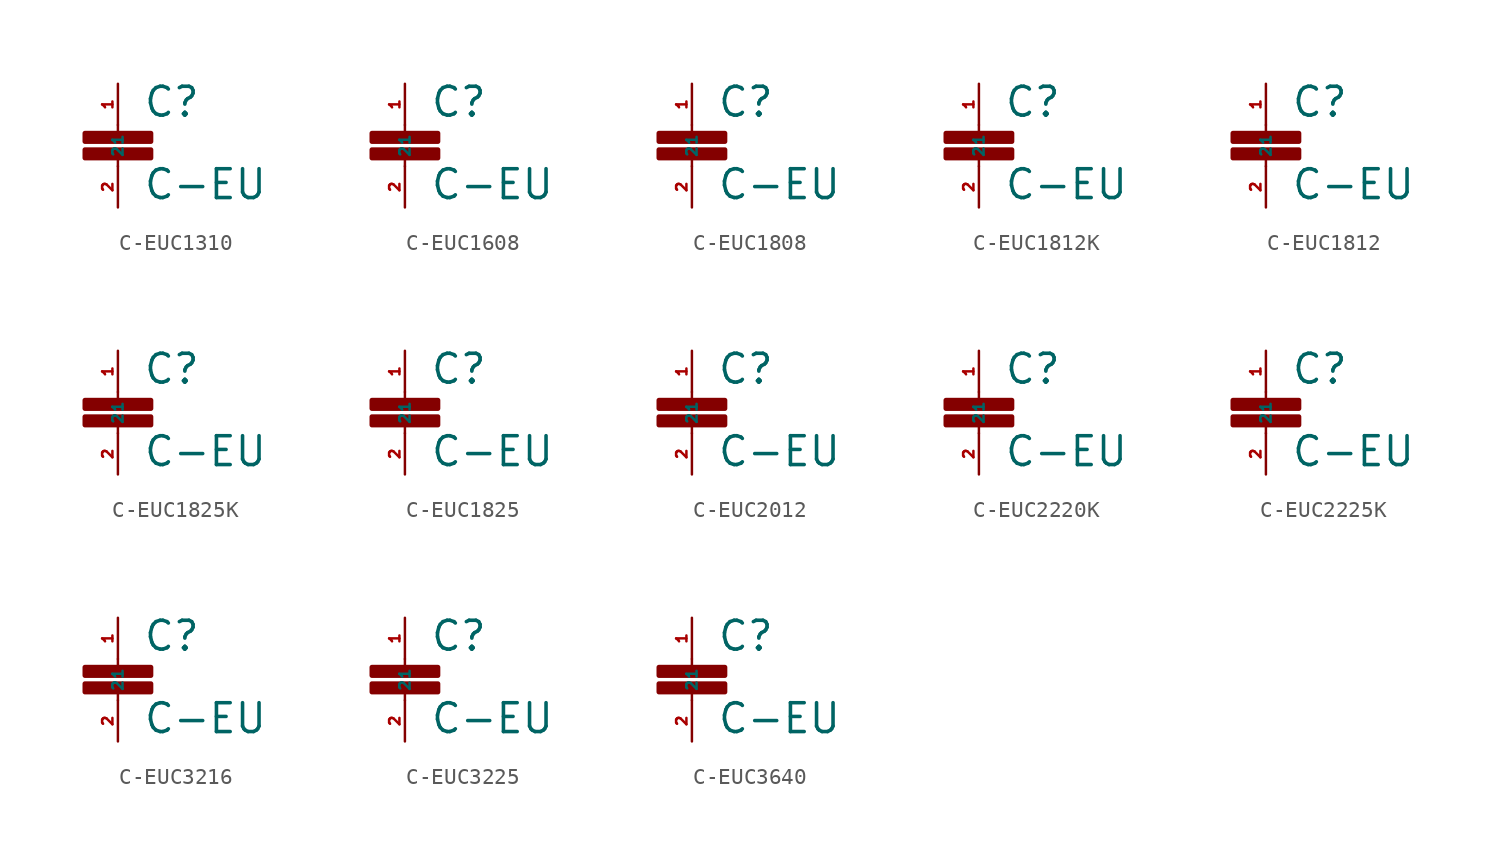
<source format=kicad_sym>
(kicad_symbol_lib
  (version 20220914)
  (generator Eagle2Kicad)
  (symbol "C-EUC1310"
    (property "Reference" "C"
      (at 1.524 0.381 0)
      (effects (font (size 1.778 1.778) (thickness 0.22)) (justify left bottom)))
    (property "Value" "C-EU"
      (at 1.524 -4.699 0)
      (effects (font (size 1.778 1.778) (thickness 0.22)) (justify left bottom)))
    (polyline
      (pts (xy 0 0) (xy 0 -0.508))
      (stroke (width 0.152) (type default))
      (fill (type none)))
    (polyline
      (pts (xy 0 -2.54) (xy 0 -2.032))
      (stroke (width 0.152) (type default))
      (fill (type none)))
    (rectangle
      (start -2.032 -2.032)
      (end 2.032 -1.524)
      (stroke (width 0.3) (type default))
      (fill (type outline)))
    (rectangle
      (start -2.032 -1.016)
      (end 2.032 -0.508)
      (stroke (width 0.3) (type default))
      (fill (type outline)))
    (pin passive line
      (at 0 2.54 270)
      (length 2.54)
      (name "1" (effects (font (size 0.635 0.635) (thickness 0.08)) (justify left bottom)))
      (number "1" (effects (font (size 0.635 0.635) (thickness 0.08)) (justify left bottom))))
    (pin passive line
      (at 0 -5.08 90)
      (length 2.54)
      (name "2" (effects (font (size 0.635 0.635) (thickness 0.08)) (justify left bottom)))
      (number "2" (effects (font (size 0.635 0.635) (thickness 0.08)) (justify left bottom)))))
  (symbol "C-EUC1608"
    (property "Reference" "C"
      (at 1.524 0.381 0)
      (effects (font (size 1.778 1.778) (thickness 0.22)) (justify left bottom)))
    (property "Value" "C-EU"
      (at 1.524 -4.699 0)
      (effects (font (size 1.778 1.778) (thickness 0.22)) (justify left bottom)))
    (polyline
      (pts (xy 0 0) (xy 0 -0.508))
      (stroke (width 0.152) (type default))
      (fill (type none)))
    (polyline
      (pts (xy 0 -2.54) (xy 0 -2.032))
      (stroke (width 0.152) (type default))
      (fill (type none)))
    (rectangle
      (start -2.032 -2.032)
      (end 2.032 -1.524)
      (stroke (width 0.3) (type default))
      (fill (type outline)))
    (rectangle
      (start -2.032 -1.016)
      (end 2.032 -0.508)
      (stroke (width 0.3) (type default))
      (fill (type outline)))
    (pin passive line
      (at 0 2.54 270)
      (length 2.54)
      (name "1" (effects (font (size 0.635 0.635) (thickness 0.08)) (justify left bottom)))
      (number "1" (effects (font (size 0.635 0.635) (thickness 0.08)) (justify left bottom))))
    (pin passive line
      (at 0 -5.08 90)
      (length 2.54)
      (name "2" (effects (font (size 0.635 0.635) (thickness 0.08)) (justify left bottom)))
      (number "2" (effects (font (size 0.635 0.635) (thickness 0.08)) (justify left bottom)))))
  (symbol "C-EUC1808"
    (property "Reference" "C"
      (at 1.524 0.381 0)
      (effects (font (size 1.778 1.778) (thickness 0.22)) (justify left bottom)))
    (property "Value" "C-EU"
      (at 1.524 -4.699 0)
      (effects (font (size 1.778 1.778) (thickness 0.22)) (justify left bottom)))
    (polyline
      (pts (xy 0 0) (xy 0 -0.508))
      (stroke (width 0.152) (type default))
      (fill (type none)))
    (polyline
      (pts (xy 0 -2.54) (xy 0 -2.032))
      (stroke (width 0.152) (type default))
      (fill (type none)))
    (rectangle
      (start -2.032 -2.032)
      (end 2.032 -1.524)
      (stroke (width 0.3) (type default))
      (fill (type outline)))
    (rectangle
      (start -2.032 -1.016)
      (end 2.032 -0.508)
      (stroke (width 0.3) (type default))
      (fill (type outline)))
    (pin passive line
      (at 0 2.54 270)
      (length 2.54)
      (name "1" (effects (font (size 0.635 0.635) (thickness 0.08)) (justify left bottom)))
      (number "1" (effects (font (size 0.635 0.635) (thickness 0.08)) (justify left bottom))))
    (pin passive line
      (at 0 -5.08 90)
      (length 2.54)
      (name "2" (effects (font (size 0.635 0.635) (thickness 0.08)) (justify left bottom)))
      (number "2" (effects (font (size 0.635 0.635) (thickness 0.08)) (justify left bottom)))))
  (symbol "C-EUC1812K"
    (property "Reference" "C"
      (at 1.524 0.381 0)
      (effects (font (size 1.778 1.778) (thickness 0.22)) (justify left bottom)))
    (property "Value" "C-EU"
      (at 1.524 -4.699 0)
      (effects (font (size 1.778 1.778) (thickness 0.22)) (justify left bottom)))
    (polyline
      (pts (xy 0 0) (xy 0 -0.508))
      (stroke (width 0.152) (type default))
      (fill (type none)))
    (polyline
      (pts (xy 0 -2.54) (xy 0 -2.032))
      (stroke (width 0.152) (type default))
      (fill (type none)))
    (rectangle
      (start -2.032 -2.032)
      (end 2.032 -1.524)
      (stroke (width 0.3) (type default))
      (fill (type outline)))
    (rectangle
      (start -2.032 -1.016)
      (end 2.032 -0.508)
      (stroke (width 0.3) (type default))
      (fill (type outline)))
    (pin passive line
      (at 0 2.54 270)
      (length 2.54)
      (name "1" (effects (font (size 0.635 0.635) (thickness 0.08)) (justify left bottom)))
      (number "1" (effects (font (size 0.635 0.635) (thickness 0.08)) (justify left bottom))))
    (pin passive line
      (at 0 -5.08 90)
      (length 2.54)
      (name "2" (effects (font (size 0.635 0.635) (thickness 0.08)) (justify left bottom)))
      (number "2" (effects (font (size 0.635 0.635) (thickness 0.08)) (justify left bottom)))))
  (symbol "C-EUC1812"
    (property "Reference" "C"
      (at 1.524 0.381 0)
      (effects (font (size 1.778 1.778) (thickness 0.22)) (justify left bottom)))
    (property "Value" "C-EU"
      (at 1.524 -4.699 0)
      (effects (font (size 1.778 1.778) (thickness 0.22)) (justify left bottom)))
    (polyline
      (pts (xy 0 0) (xy 0 -0.508))
      (stroke (width 0.152) (type default))
      (fill (type none)))
    (polyline
      (pts (xy 0 -2.54) (xy 0 -2.032))
      (stroke (width 0.152) (type default))
      (fill (type none)))
    (rectangle
      (start -2.032 -2.032)
      (end 2.032 -1.524)
      (stroke (width 0.3) (type default))
      (fill (type outline)))
    (rectangle
      (start -2.032 -1.016)
      (end 2.032 -0.508)
      (stroke (width 0.3) (type default))
      (fill (type outline)))
    (pin passive line
      (at 0 2.54 270)
      (length 2.54)
      (name "1" (effects (font (size 0.635 0.635) (thickness 0.08)) (justify left bottom)))
      (number "1" (effects (font (size 0.635 0.635) (thickness 0.08)) (justify left bottom))))
    (pin passive line
      (at 0 -5.08 90)
      (length 2.54)
      (name "2" (effects (font (size 0.635 0.635) (thickness 0.08)) (justify left bottom)))
      (number "2" (effects (font (size 0.635 0.635) (thickness 0.08)) (justify left bottom)))))
  (symbol "C-EUC1825K"
    (property "Reference" "C"
      (at 1.524 0.381 0)
      (effects (font (size 1.778 1.778) (thickness 0.22)) (justify left bottom)))
    (property "Value" "C-EU"
      (at 1.524 -4.699 0)
      (effects (font (size 1.778 1.778) (thickness 0.22)) (justify left bottom)))
    (polyline
      (pts (xy 0 0) (xy 0 -0.508))
      (stroke (width 0.152) (type default))
      (fill (type none)))
    (polyline
      (pts (xy 0 -2.54) (xy 0 -2.032))
      (stroke (width 0.152) (type default))
      (fill (type none)))
    (rectangle
      (start -2.032 -2.032)
      (end 2.032 -1.524)
      (stroke (width 0.3) (type default))
      (fill (type outline)))
    (rectangle
      (start -2.032 -1.016)
      (end 2.032 -0.508)
      (stroke (width 0.3) (type default))
      (fill (type outline)))
    (pin passive line
      (at 0 2.54 270)
      (length 2.54)
      (name "1" (effects (font (size 0.635 0.635) (thickness 0.08)) (justify left bottom)))
      (number "1" (effects (font (size 0.635 0.635) (thickness 0.08)) (justify left bottom))))
    (pin passive line
      (at 0 -5.08 90)
      (length 2.54)
      (name "2" (effects (font (size 0.635 0.635) (thickness 0.08)) (justify left bottom)))
      (number "2" (effects (font (size 0.635 0.635) (thickness 0.08)) (justify left bottom)))))
  (symbol "C-EUC1825"
    (property "Reference" "C"
      (at 1.524 0.381 0)
      (effects (font (size 1.778 1.778) (thickness 0.22)) (justify left bottom)))
    (property "Value" "C-EU"
      (at 1.524 -4.699 0)
      (effects (font (size 1.778 1.778) (thickness 0.22)) (justify left bottom)))
    (polyline
      (pts (xy 0 0) (xy 0 -0.508))
      (stroke (width 0.152) (type default))
      (fill (type none)))
    (polyline
      (pts (xy 0 -2.54) (xy 0 -2.032))
      (stroke (width 0.152) (type default))
      (fill (type none)))
    (rectangle
      (start -2.032 -2.032)
      (end 2.032 -1.524)
      (stroke (width 0.3) (type default))
      (fill (type outline)))
    (rectangle
      (start -2.032 -1.016)
      (end 2.032 -0.508)
      (stroke (width 0.3) (type default))
      (fill (type outline)))
    (pin passive line
      (at 0 2.54 270)
      (length 2.54)
      (name "1" (effects (font (size 0.635 0.635) (thickness 0.08)) (justify left bottom)))
      (number "1" (effects (font (size 0.635 0.635) (thickness 0.08)) (justify left bottom))))
    (pin passive line
      (at 0 -5.08 90)
      (length 2.54)
      (name "2" (effects (font (size 0.635 0.635) (thickness 0.08)) (justify left bottom)))
      (number "2" (effects (font (size 0.635 0.635) (thickness 0.08)) (justify left bottom)))))
  (symbol "C-EUC2012"
    (property "Reference" "C"
      (at 1.524 0.381 0)
      (effects (font (size 1.778 1.778) (thickness 0.22)) (justify left bottom)))
    (property "Value" "C-EU"
      (at 1.524 -4.699 0)
      (effects (font (size 1.778 1.778) (thickness 0.22)) (justify left bottom)))
    (polyline
      (pts (xy 0 0) (xy 0 -0.508))
      (stroke (width 0.152) (type default))
      (fill (type none)))
    (polyline
      (pts (xy 0 -2.54) (xy 0 -2.032))
      (stroke (width 0.152) (type default))
      (fill (type none)))
    (rectangle
      (start -2.032 -2.032)
      (end 2.032 -1.524)
      (stroke (width 0.3) (type default))
      (fill (type outline)))
    (rectangle
      (start -2.032 -1.016)
      (end 2.032 -0.508)
      (stroke (width 0.3) (type default))
      (fill (type outline)))
    (pin passive line
      (at 0 2.54 270)
      (length 2.54)
      (name "1" (effects (font (size 0.635 0.635) (thickness 0.08)) (justify left bottom)))
      (number "1" (effects (font (size 0.635 0.635) (thickness 0.08)) (justify left bottom))))
    (pin passive line
      (at 0 -5.08 90)
      (length 2.54)
      (name "2" (effects (font (size 0.635 0.635) (thickness 0.08)) (justify left bottom)))
      (number "2" (effects (font (size 0.635 0.635) (thickness 0.08)) (justify left bottom)))))
  (symbol "C-EUC2220K"
    (property "Reference" "C"
      (at 1.524 0.381 0)
      (effects (font (size 1.778 1.778) (thickness 0.22)) (justify left bottom)))
    (property "Value" "C-EU"
      (at 1.524 -4.699 0)
      (effects (font (size 1.778 1.778) (thickness 0.22)) (justify left bottom)))
    (polyline
      (pts (xy 0 0) (xy 0 -0.508))
      (stroke (width 0.152) (type default))
      (fill (type none)))
    (polyline
      (pts (xy 0 -2.54) (xy 0 -2.032))
      (stroke (width 0.152) (type default))
      (fill (type none)))
    (rectangle
      (start -2.032 -2.032)
      (end 2.032 -1.524)
      (stroke (width 0.3) (type default))
      (fill (type outline)))
    (rectangle
      (start -2.032 -1.016)
      (end 2.032 -0.508)
      (stroke (width 0.3) (type default))
      (fill (type outline)))
    (pin passive line
      (at 0 2.54 270)
      (length 2.54)
      (name "1" (effects (font (size 0.635 0.635) (thickness 0.08)) (justify left bottom)))
      (number "1" (effects (font (size 0.635 0.635) (thickness 0.08)) (justify left bottom))))
    (pin passive line
      (at 0 -5.08 90)
      (length 2.54)
      (name "2" (effects (font (size 0.635 0.635) (thickness 0.08)) (justify left bottom)))
      (number "2" (effects (font (size 0.635 0.635) (thickness 0.08)) (justify left bottom)))))
  (symbol "C-EUC2225K"
    (property "Reference" "C"
      (at 1.524 0.381 0)
      (effects (font (size 1.778 1.778) (thickness 0.22)) (justify left bottom)))
    (property "Value" "C-EU"
      (at 1.524 -4.699 0)
      (effects (font (size 1.778 1.778) (thickness 0.22)) (justify left bottom)))
    (polyline
      (pts (xy 0 0) (xy 0 -0.508))
      (stroke (width 0.152) (type default))
      (fill (type none)))
    (polyline
      (pts (xy 0 -2.54) (xy 0 -2.032))
      (stroke (width 0.152) (type default))
      (fill (type none)))
    (rectangle
      (start -2.032 -2.032)
      (end 2.032 -1.524)
      (stroke (width 0.3) (type default))
      (fill (type outline)))
    (rectangle
      (start -2.032 -1.016)
      (end 2.032 -0.508)
      (stroke (width 0.3) (type default))
      (fill (type outline)))
    (pin passive line
      (at 0 2.54 270)
      (length 2.54)
      (name "1" (effects (font (size 0.635 0.635) (thickness 0.08)) (justify left bottom)))
      (number "1" (effects (font (size 0.635 0.635) (thickness 0.08)) (justify left bottom))))
    (pin passive line
      (at 0 -5.08 90)
      (length 2.54)
      (name "2" (effects (font (size 0.635 0.635) (thickness 0.08)) (justify left bottom)))
      (number "2" (effects (font (size 0.635 0.635) (thickness 0.08)) (justify left bottom)))))
  (symbol "C-EUC3216"
    (property "Reference" "C"
      (at 1.524 0.381 0)
      (effects (font (size 1.778 1.778) (thickness 0.22)) (justify left bottom)))
    (property "Value" "C-EU"
      (at 1.524 -4.699 0)
      (effects (font (size 1.778 1.778) (thickness 0.22)) (justify left bottom)))
    (polyline
      (pts (xy 0 0) (xy 0 -0.508))
      (stroke (width 0.152) (type default))
      (fill (type none)))
    (polyline
      (pts (xy 0 -2.54) (xy 0 -2.032))
      (stroke (width 0.152) (type default))
      (fill (type none)))
    (rectangle
      (start -2.032 -2.032)
      (end 2.032 -1.524)
      (stroke (width 0.3) (type default))
      (fill (type outline)))
    (rectangle
      (start -2.032 -1.016)
      (end 2.032 -0.508)
      (stroke (width 0.3) (type default))
      (fill (type outline)))
    (pin passive line
      (at 0 2.54 270)
      (length 2.54)
      (name "1" (effects (font (size 0.635 0.635) (thickness 0.08)) (justify left bottom)))
      (number "1" (effects (font (size 0.635 0.635) (thickness 0.08)) (justify left bottom))))
    (pin passive line
      (at 0 -5.08 90)
      (length 2.54)
      (name "2" (effects (font (size 0.635 0.635) (thickness 0.08)) (justify left bottom)))
      (number "2" (effects (font (size 0.635 0.635) (thickness 0.08)) (justify left bottom)))))
  (symbol "C-EUC3225"
    (property "Reference" "C"
      (at 1.524 0.381 0)
      (effects (font (size 1.778 1.778) (thickness 0.22)) (justify left bottom)))
    (property "Value" "C-EU"
      (at 1.524 -4.699 0)
      (effects (font (size 1.778 1.778) (thickness 0.22)) (justify left bottom)))
    (polyline
      (pts (xy 0 0) (xy 0 -0.508))
      (stroke (width 0.152) (type default))
      (fill (type none)))
    (polyline
      (pts (xy 0 -2.54) (xy 0 -2.032))
      (stroke (width 0.152) (type default))
      (fill (type none)))
    (rectangle
      (start -2.032 -2.032)
      (end 2.032 -1.524)
      (stroke (width 0.3) (type default))
      (fill (type outline)))
    (rectangle
      (start -2.032 -1.016)
      (end 2.032 -0.508)
      (stroke (width 0.3) (type default))
      (fill (type outline)))
    (pin passive line
      (at 0 2.54 270)
      (length 2.54)
      (name "1" (effects (font (size 0.635 0.635) (thickness 0.08)) (justify left bottom)))
      (number "1" (effects (font (size 0.635 0.635) (thickness 0.08)) (justify left bottom))))
    (pin passive line
      (at 0 -5.08 90)
      (length 2.54)
      (name "2" (effects (font (size 0.635 0.635) (thickness 0.08)) (justify left bottom)))
      (number "2" (effects (font (size 0.635 0.635) (thickness 0.08)) (justify left bottom)))))
  (symbol "C-EUC3640"
    (property "Reference" "C"
      (at 1.524 0.381 0)
      (effects (font (size 1.778 1.778) (thickness 0.22)) (justify left bottom)))
    (property "Value" "C-EU"
      (at 1.524 -4.699 0)
      (effects (font (size 1.778 1.778) (thickness 0.22)) (justify left bottom)))
    (polyline
      (pts (xy 0 0) (xy 0 -0.508))
      (stroke (width 0.152) (type default))
      (fill (type none)))
    (polyline
      (pts (xy 0 -2.54) (xy 0 -2.032))
      (stroke (width 0.152) (type default))
      (fill (type none)))
    (rectangle
      (start -2.032 -2.032)
      (end 2.032 -1.524)
      (stroke (width 0.3) (type default))
      (fill (type outline)))
    (rectangle
      (start -2.032 -1.016)
      (end 2.032 -0.508)
      (stroke (width 0.3) (type default))
      (fill (type outline)))
    (pin passive line
      (at 0 2.54 270)
      (length 2.54)
      (name "1" (effects (font (size 0.635 0.635) (thickness 0.08)) (justify left bottom)))
      (number "1" (effects (font (size 0.635 0.635) (thickness 0.08)) (justify left bottom))))
    (pin passive line
      (at 0 -5.08 90)
      (length 2.54)
      (name "2" (effects (font (size 0.635 0.635) (thickness 0.08)) (justify left bottom)))
      (number "2" (effects (font (size 0.635 0.635) (thickness 0.08)) (justify left bottom))))))
</source>
